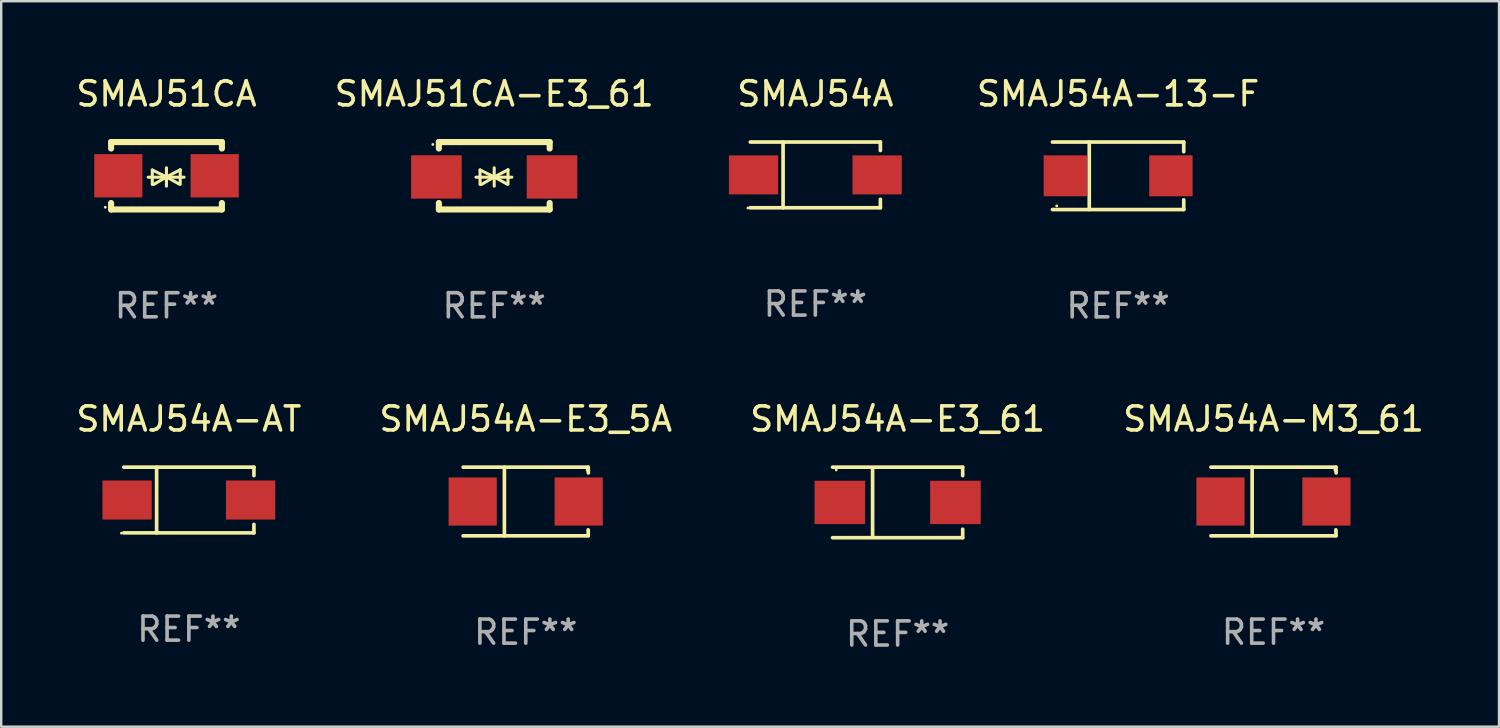
<source format=kicad_pcb>
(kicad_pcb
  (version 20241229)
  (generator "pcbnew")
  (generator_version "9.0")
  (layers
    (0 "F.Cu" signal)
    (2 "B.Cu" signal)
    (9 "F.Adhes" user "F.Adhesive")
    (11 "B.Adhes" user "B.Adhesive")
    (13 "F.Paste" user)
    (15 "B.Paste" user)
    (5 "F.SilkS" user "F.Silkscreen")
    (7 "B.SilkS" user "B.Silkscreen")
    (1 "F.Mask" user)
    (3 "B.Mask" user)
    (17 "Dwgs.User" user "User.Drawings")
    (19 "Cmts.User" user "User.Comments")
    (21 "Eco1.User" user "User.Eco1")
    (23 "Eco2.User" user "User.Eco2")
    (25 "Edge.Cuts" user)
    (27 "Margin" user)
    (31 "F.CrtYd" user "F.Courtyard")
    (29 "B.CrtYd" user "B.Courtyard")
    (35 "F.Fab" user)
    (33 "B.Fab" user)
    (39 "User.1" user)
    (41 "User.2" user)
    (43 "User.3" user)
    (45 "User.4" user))
  (footprint "SMAJ51CA-E3_61"
    (layer "F.Cu")
    (at 17.47 4.248)
    (property "Reference" "SMAJ51CA-E3_61" (at 0 -3.4 0) (layer "F.SilkS") (effects (font (size 1 1) (thickness 0.15))))
    (attr through_hole)
    (fp_line (start -2.298 -1.4) (end -2.298 -1.131) (stroke (width 0.254) (type solid)) (layer "F.SilkS"))
    (fp_line (start -2.298 -1.4) (end 2.302 -1.4) (stroke (width 0.254) (type solid)) (layer "F.SilkS"))
    (fp_line (start -2.298 1.131) (end -2.298 1.4) (stroke (width 0.254) (type solid)) (layer "F.SilkS"))
    (fp_line (start -2.298 1.4) (end 2.302 1.4) (stroke (width 0.254) (type solid)) (layer "F.SilkS"))
    (fp_line (start -0.758 0.06) (end 0.732 0.06) (stroke (width 0.127) (type solid)) (layer "F.SilkS"))
    (fp_line (start -0.588 -0.24) (end -0.588 0.36) (stroke (width 0.127) (type solid)) (layer "F.SilkS"))
    (fp_line (start -0.588 -0.24) (end 0.000025 0.049) (stroke (width 0.127) (type solid)) (layer "F.SilkS"))
    (fp_line (start -0.528 0.36) (end 0.000025 0.049) (stroke (width 0.127) (type solid)) (layer "F.SilkS"))
    (fp_line (start 0.000025 0.049) (end 0.000025 -0.332) (stroke (width 0.127) (type solid)) (layer "F.SilkS"))
    (fp_line (start 0.000025 0.049) (end 0.000025 0.43) (stroke (width 0.127) (type solid)) (layer "F.SilkS"))
    (fp_line (start 0.542 0.35) (end 0.000025 0.049) (stroke (width 0.127) (type solid)) (layer "F.SilkS"))
    (fp_line (start 0.572 -0.25) (end 0.000025 0.049) (stroke (width 0.127) (type solid)) (layer "F.SilkS"))
    (fp_line (start 0.572 -0.25) (end 0.572 0.35) (stroke (width 0.127) (type solid)) (layer "F.SilkS"))
    (fp_line (start 2.302 -1.4) (end 2.302 -1.131) (stroke (width 0.254) (type solid)) (layer "F.SilkS"))
    (fp_line (start 2.302 1.131) (end 2.302 1.4) (stroke (width 0.254) (type solid)) (layer "F.SilkS"))
    (fp_circle (center -2.549 -1.301) (end -2.519 -1.301) (stroke (width 0.06) (type solid)) (fill no) (layer "F.SilkS"))
    (fp_text user "REF**" (at 0 5.4 0) (layer "F.Fab") (effects (font (size 1 1) (thickness 0.15))))
    (pad "1" smd rect (at -2.4 0.049) (size 2.1 1.8) (layers "F.Cu" "F.Mask" "F.Paste"))
    (pad "2" smd rect (at 2.4 0.049) (size 2.1 1.8) (layers "F.Cu" "F.Mask" "F.Paste")))
  (footprint "SMAJ54A-E3_61"
    (layer "F.Cu")
    (at 34.22 17.811)
    (property "Reference" "SMAJ54A-E3_61" (at 0 -3.464 0) (layer "F.SilkS") (effects (font (size 1 1) (thickness 0.15))))
    (attr through_hole)
    (fp_line (start -2.701 -1.464) (end 2.701 -1.464) (stroke (width 0.152) (type solid)) (layer "F.SilkS"))
    (fp_line (start -2.701 1.464) (end 2.701 1.464) (stroke (width 0.152) (type solid)) (layer "F.SilkS"))
    (fp_line (start -1.039 -1.364) (end -1.039 1.364) (stroke (width 0.152) (type solid)) (layer "F.SilkS"))
    (fp_line (start 2.701 -1.464) (end 2.701 -1.113) (stroke (width 0.152) (type solid)) (layer "F.SilkS"))
    (fp_line (start 2.701 1.464) (end 2.701 1.113) (stroke (width 0.152) (type solid)) (layer "F.SilkS"))
    (fp_circle (center -2.55 -1.35) (end -2.52 -1.35) (stroke (width 0.06) (type solid)) (fill no) (layer "F.SilkS"))
    (fp_text user "REF**" (at 0 5.464 0) (layer "F.Fab") (effects (font (size 1 1) (thickness 0.15))))
    (pad "1" smd rect (at -2.4 0) (size 2.1 1.8) (layers "F.Cu" "F.Mask" "F.Paste"))
    (pad "2" smd rect (at 2.4 0) (size 2.1 1.8) (layers "F.Cu" "F.Mask" "F.Paste")))
  (footprint "SMAJ54A-E3_5A"
    (layer "F.Cu")
    (at 18.78 17.773)
    (property "Reference" "SMAJ54A-E3_5A" (at 0 -3.426 0) (layer "F.SilkS") (effects (font (size 1 1) (thickness 0.15))))
    (attr through_hole)
    (fp_line (start -2.6 -1.426) (end 2.593 -1.426) (stroke (width 0.152) (type solid)) (layer "F.SilkS"))
    (fp_line (start -2.6 1.426) (end 2.593 1.426) (stroke (width 0.152) (type solid)) (layer "F.SilkS"))
    (fp_line (start -0.887 -1.426) (end -0.887 1.426) (stroke (width 0.152) (type solid)) (layer "F.SilkS"))
    (fp_line (start 2.59 1.176) (end 2.597 1.415) (stroke (width 0.152) (type solid)) (layer "F.SilkS"))
    (fp_line (start 2.593 -1.426) (end 2.6 -1.187) (stroke (width 0.152) (type solid)) (layer "F.SilkS"))
    (fp_circle (center 2.547 -1.3) (end 2.577 -1.3) (stroke (width 0.06) (type solid)) (fill no) (layer "F.SilkS"))
    (fp_text user "REF**" (at 0 5.426 0) (layer "F.Fab") (effects (font (size 1 1) (thickness 0.15))))
    (pad "1" smd rect (at 2.197 -0.000025 180) (size 2 2) (layers "F.Cu" "F.Mask" "F.Paste"))
    (pad "2" smd rect (at -2.203 -0.000025 180) (size 2 2) (layers "F.Cu" "F.Mask" "F.Paste")))
  (footprint "SMAJ54A-13-F"
    (layer "F.Cu")
    (at 43.374 4.249)
    (property "Reference" "SMAJ54A-13-F" (at 0 -3.401 0) (layer "F.SilkS") (effects (font (size 1 1) (thickness 0.15))))
    (attr through_hole)
    (fp_line (start -2.726 -1.401) (end 2.726 -1.401) (stroke (width 0.152) (type solid)) (layer "F.SilkS"))
    (fp_line (start -2.726 1.401) (end 2.726 1.401) (stroke (width 0.152) (type solid)) (layer "F.SilkS"))
    (fp_line (start -1.197 -1.401) (end -1.197 1.401) (stroke (width 0.152) (type solid)) (layer "F.SilkS"))
    (fp_line (start 2.726 -1.401) (end 2.726 -1) (stroke (width 0.152) (type solid)) (layer "F.SilkS"))
    (fp_line (start 2.726 1.401) (end 2.726 1) (stroke (width 0.152) (type solid)) (layer "F.SilkS"))
    (fp_circle (center -2.55 1.25) (end -2.52 1.25) (stroke (width 0.06) (type solid)) (fill no) (layer "F.SilkS"))
    (fp_text user "REF**" (at 0 5.401 0) (layer "F.Fab") (effects (font (size 1 1) (thickness 0.15))))
    (pad "1" smd rect (at -2.192 0) (size 1.8 1.7) (layers "F.Cu" "F.Mask" "F.Paste"))
    (pad "2" smd rect (at 2.192 0) (size 1.8 1.7) (layers "F.Cu" "F.Mask" "F.Paste")))
  (footprint "SMAJ51CA"
    (layer "F.Cu")
    (at 3.863 4.248)
    (property "Reference" "SMAJ51CA" (at 0 -3.4 0) (layer "F.SilkS") (effects (font (size 1 1) (thickness 0.15))))
    (attr through_hole)
    (fp_line (start -2.3 -1.4) (end -2.3 -1.131) (stroke (width 0.254) (type solid)) (layer "F.SilkS"))
    (fp_line (start -2.3 -1.4) (end 2.3 -1.4) (stroke (width 0.254) (type solid)) (layer "F.SilkS"))
    (fp_line (start -2.3 1.131) (end -2.3 1.4) (stroke (width 0.254) (type solid)) (layer "F.SilkS"))
    (fp_line (start -2.3 1.4) (end 2.3 1.4) (stroke (width 0.254) (type solid)) (layer "F.SilkS"))
    (fp_line (start -0.76 0.06) (end 0.73 0.06) (stroke (width 0.127) (type solid)) (layer "F.SilkS"))
    (fp_line (start -0.59 -0.24) (end -0.59 0.36) (stroke (width 0.127) (type solid)) (layer "F.SilkS"))
    (fp_line (start -0.59 -0.24) (end -0.002 0.049) (stroke (width 0.127) (type solid)) (layer "F.SilkS"))
    (fp_line (start -0.53 0.36) (end -0.002 0.049) (stroke (width 0.127) (type solid)) (layer "F.SilkS"))
    (fp_line (start -0.002 0.049) (end -0.002 -0.332) (stroke (width 0.127) (type solid)) (layer "F.SilkS"))
    (fp_line (start -0.002 0.049) (end -0.002 0.43) (stroke (width 0.127) (type solid)) (layer "F.SilkS"))
    (fp_line (start 0.54 0.35) (end -0.002 0.049) (stroke (width 0.127) (type solid)) (layer "F.SilkS"))
    (fp_line (start 0.57 -0.25) (end -0.002 0.049) (stroke (width 0.127) (type solid)) (layer "F.SilkS"))
    (fp_line (start 0.57 -0.25) (end 0.57 0.35) (stroke (width 0.127) (type solid)) (layer "F.SilkS"))
    (fp_line (start 2.3 -1.4) (end 2.3 -1.131) (stroke (width 0.254) (type solid)) (layer "F.SilkS"))
    (fp_line (start 2.3 1.131) (end 2.3 1.4) (stroke (width 0.254) (type solid)) (layer "F.SilkS"))
    (fp_circle (center -2.542 1.308) (end -2.512 1.308) (stroke (width 0.06) (type solid)) (fill no) (layer "F.SilkS"))
    (fp_text user "REF**" (at 0 5.4 0) (layer "F.Fab") (effects (font (size 1 1) (thickness 0.15))))
    (pad "1" smd rect (at -2 0) (size 2 1.8) (layers "F.Cu" "F.Mask" "F.Paste"))
    (pad "2" smd rect (at 2 0) (size 2 1.8) (layers "F.Cu" "F.Mask" "F.Paste")))
  (footprint "SMAJ54A"
    (layer "F.Cu")
    (at 30.803 4.212)
    (property "Reference" "SMAJ54A" (at 0 -3.364 0) (layer "F.SilkS") (effects (font (size 1 1) (thickness 0.15))))
    (attr through_hole)
    (fp_line (start -2.701 -1.364) (end 2.701 -1.364) (stroke (width 0.152) (type solid)) (layer "F.SilkS"))
    (fp_line (start -2.701 1.364) (end 2.701 1.364) (stroke (width 0.152) (type solid)) (layer "F.SilkS"))
    (fp_line (start -1.339 -1.364) (end -1.339 1.364) (stroke (width 0.152) (type solid)) (layer "F.SilkS"))
    (fp_line (start 2.701 -1.364) (end 2.701 -1.013) (stroke (width 0.152) (type solid)) (layer "F.SilkS"))
    (fp_line (start 2.701 1.364) (end 2.701 1.013) (stroke (width 0.152) (type solid)) (layer "F.SilkS"))
    (fp_circle (center -2.8 1.375) (end -2.77 1.375) (stroke (width 0.06) (type solid)) (fill no) (layer "F.SilkS"))
    (fp_text user "REF**" (at 0 5.364 0) (layer "F.Fab") (effects (font (size 1 1) (thickness 0.15))))
    (pad "1" smd rect (at -2.565 -0.000025) (size 2.046 1.62) (layers "F.Cu" "F.Mask" "F.Paste"))
    (pad "2" smd rect (at 2.565 -0.000025) (size 2.046 1.62) (layers "F.Cu" "F.Mask" "F.Paste")))
  (footprint "SMAJ54A-AT"
    (layer "F.Cu")
    (at 4.792 17.711)
    (property "Reference" "SMAJ54A-AT" (at 0 -3.364 0) (layer "F.SilkS") (effects (font (size 1 1) (thickness 0.15))))
    (attr through_hole)
    (fp_line (start -2.701 -1.364) (end 2.701 -1.364) (stroke (width 0.152) (type solid)) (layer "F.SilkS"))
    (fp_line (start -2.701 1.364) (end 2.701 1.364) (stroke (width 0.152) (type solid)) (layer "F.SilkS"))
    (fp_line (start -1.339 -1.364) (end -1.339 1.364) (stroke (width 0.152) (type solid)) (layer "F.SilkS"))
    (fp_line (start 2.701 -1.364) (end 2.701 -1.013) (stroke (width 0.152) (type solid)) (layer "F.SilkS"))
    (fp_line (start 2.701 1.364) (end 2.701 1.013) (stroke (width 0.152) (type solid)) (layer "F.SilkS"))
    (fp_circle (center -2.8 1.375) (end -2.77 1.375) (stroke (width 0.06) (type solid)) (fill no) (layer "F.SilkS"))
    (fp_text user "REF**" (at 0 5.364 0) (layer "F.Fab") (effects (font (size 1 1) (thickness 0.15))))
    (pad "1" smd rect (at -2.565 -0.000025) (size 2.046 1.62) (layers "F.Cu" "F.Mask" "F.Paste"))
    (pad "2" smd rect (at 2.565 -0.000025) (size 2.046 1.62) (layers "F.Cu" "F.Mask" "F.Paste")))
  (footprint "SMAJ54A-M3_61"
    (layer "F.Cu")
    (at 49.827 17.773)
    (property "Reference" "SMAJ54A-M3_61" (at 0 -3.426 0) (layer "F.SilkS") (effects (font (size 1 1) (thickness 0.15))))
    (attr through_hole)
    (fp_line (start -2.6 -1.426) (end 2.593 -1.426) (stroke (width 0.152) (type solid)) (layer "F.SilkS"))
    (fp_line (start -2.6 1.426) (end 2.593 1.426) (stroke (width 0.152) (type solid)) (layer "F.SilkS"))
    (fp_line (start -0.887 -1.426) (end -0.887 1.426) (stroke (width 0.152) (type solid)) (layer "F.SilkS"))
    (fp_line (start 2.59 1.176) (end 2.597 1.415) (stroke (width 0.152) (type solid)) (layer "F.SilkS"))
    (fp_line (start 2.593 -1.426) (end 2.6 -1.187) (stroke (width 0.152) (type solid)) (layer "F.SilkS"))
    (fp_circle (center 2.547 -1.3) (end 2.577 -1.3) (stroke (width 0.06) (type solid)) (fill no) (layer "F.SilkS"))
    (fp_text user "REF**" (at 0 5.426 0) (layer "F.Fab") (effects (font (size 1 1) (thickness 0.15))))
    (pad "1" smd rect (at 2.197 -0.000025 180) (size 2 2) (layers "F.Cu" "F.Mask" "F.Paste"))
    (pad "2" smd rect (at -2.203 -0.000025 180) (size 2 2) (layers "F.Cu" "F.Mask" "F.Paste")))
  (gr_rect
    (start -3 -3)
    (end 59.19 27.123)
    (stroke (width 0.1) (type default))
    (fill no)
    (layer "Edge.Cuts")))
</source>
